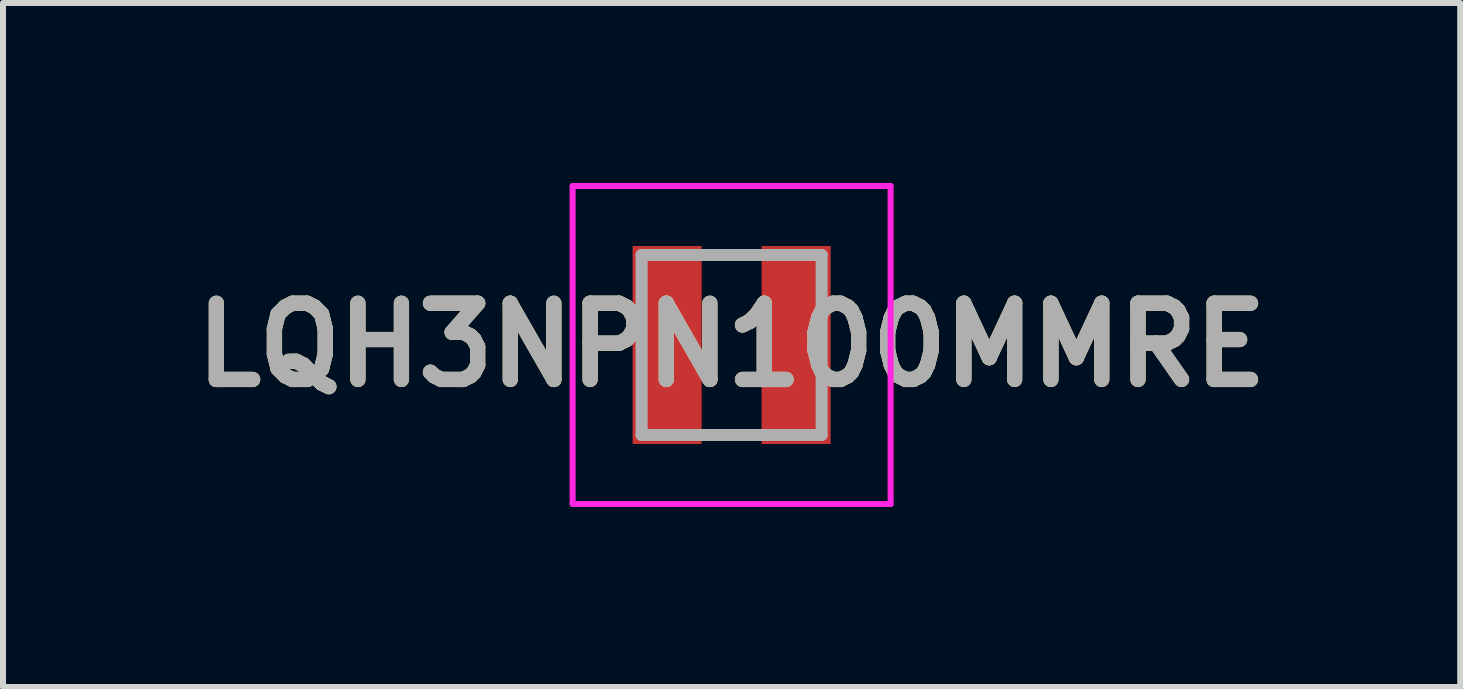
<source format=kicad_pcb>
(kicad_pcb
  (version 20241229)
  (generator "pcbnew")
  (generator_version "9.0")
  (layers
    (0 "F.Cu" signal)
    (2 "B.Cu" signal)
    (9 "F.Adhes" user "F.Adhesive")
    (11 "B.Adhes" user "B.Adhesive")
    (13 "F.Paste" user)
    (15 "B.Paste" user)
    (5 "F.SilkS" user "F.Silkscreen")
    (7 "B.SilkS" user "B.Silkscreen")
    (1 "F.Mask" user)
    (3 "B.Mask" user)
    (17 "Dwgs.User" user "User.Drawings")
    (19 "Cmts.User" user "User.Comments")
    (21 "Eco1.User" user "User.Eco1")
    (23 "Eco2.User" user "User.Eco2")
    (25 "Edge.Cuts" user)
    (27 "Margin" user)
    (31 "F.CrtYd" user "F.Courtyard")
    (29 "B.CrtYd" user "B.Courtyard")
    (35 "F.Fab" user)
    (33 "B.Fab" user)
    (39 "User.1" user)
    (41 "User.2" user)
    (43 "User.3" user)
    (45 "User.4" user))
  (footprint "LQH3NPN100MMRE"
    (layer "F.Cu")
    (at 9.144 2.7)
    (property "Reference" "LQH3NPN100MMRE" (at 0 0 0) (layer "F.SilkS") (effects (font (size 1.27 1.27) (thickness 0.254))))
    (attr smd)
    (fp_line (start -0.3 -1.5) (end 0.3 -1.5) (stroke (width 0.1) (type solid)) (layer "F.SilkS"))
    (fp_line (start -0.3 1.5) (end 0.3 1.5) (stroke (width 0.1) (type solid)) (layer "F.SilkS"))
    (fp_line (start -2.65 -2.65) (end 2.65 -2.65) (stroke (width 0.1) (type solid)) (layer "F.CrtYd"))
    (fp_line (start -2.65 2.65) (end -2.65 -2.65) (stroke (width 0.1) (type solid)) (layer "F.CrtYd"))
    (fp_line (start 2.65 -2.65) (end 2.65 2.65) (stroke (width 0.1) (type solid)) (layer "F.CrtYd"))
    (fp_line (start 2.65 2.65) (end -2.65 2.65) (stroke (width 0.1) (type solid)) (layer "F.CrtYd"))
    (fp_line (start -1.5 -1.5) (end 1.5 -1.5) (stroke (width 0.2) (type solid)) (layer "F.Fab"))
    (fp_line (start -1.5 1.5) (end -1.5 -1.5) (stroke (width 0.2) (type solid)) (layer "F.Fab"))
    (fp_line (start 1.5 -1.5) (end 1.5 1.5) (stroke (width 0.2) (type solid)) (layer "F.Fab"))
    (fp_line (start 1.5 1.5) (end -1.5 1.5) (stroke (width 0.2) (type solid)) (layer "F.Fab"))
    (fp_text user "${REFERENCE}" (at 0 0 0) (layer "F.Fab") (effects (font (size 1.27 1.27) (thickness 0.254))))
    (pad "1" smd rect (at -1.075 0) (size 1.15 3.3) (layers "F.Cu" "F.Mask" "F.Paste"))
    (pad "2" smd rect (at 1.075 0) (size 1.15 3.3) (layers "F.Cu" "F.Mask" "F.Paste")))
  (gr_rect
    (start -3 -3)
    (end 21.288 8.4)
    (stroke (width 0.1) (type default))
    (fill no)
    (layer "Edge.Cuts")))
</source>
